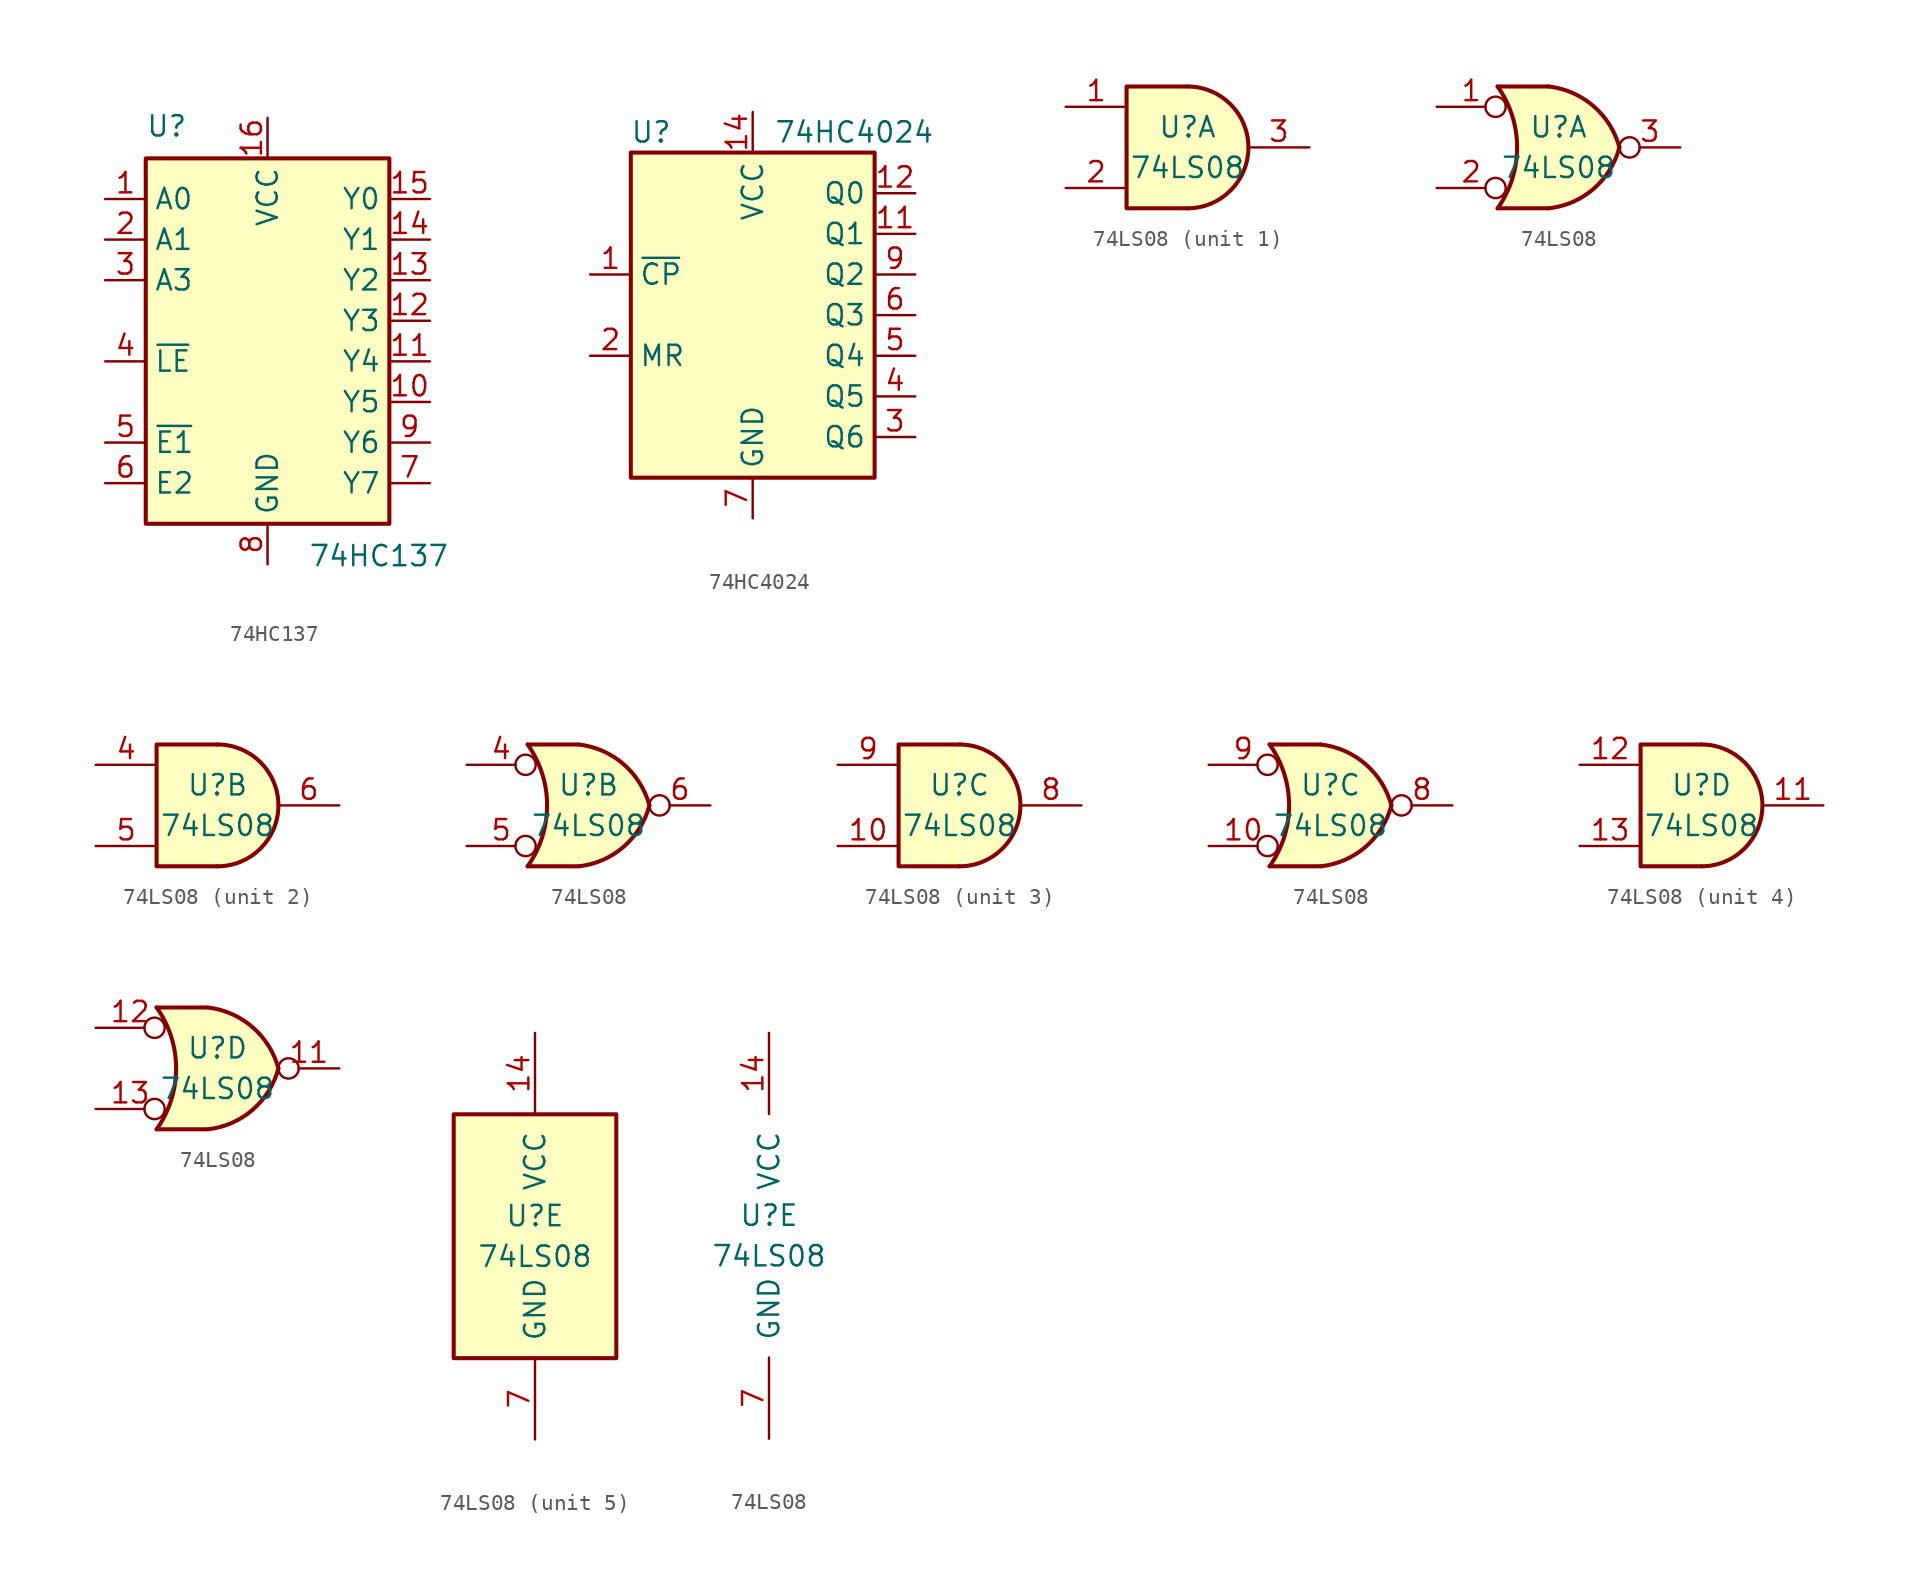
<source format=kicad_sym>
(kicad_symbol_lib
  (version 20201005)
  (generator kicad_symbol_editor)
  (symbol "74HC137"
    (property "Reference" "U"
      (at -7.62 13.97 0)
      (effects (font (size 1.27 1.27)) (justify left bottom)))
    (property "Value" "74HC137"
      (at 2.54 -11.43 0)
      (effects (font (size 1.27 1.27)) (justify left top)))
    (symbol "74HC137_0_1"
      (rectangle (start -7.62 12.7) (end 7.62 -10.16) (stroke (width 0.254)) (fill (type background))))
    (symbol "74HC137_1_1"
      (pin input line (at -10.16 10.16 0) (length 2.54) (name "A0" (effects (font (size 1.27 1.27)))) (number "1" (effects (font (size 1.27 1.27)))))
      (pin output line (at 10.16 -2.54 180) (length 2.54) (name "Y5" (effects (font (size 1.27 1.27)))) (number "10" (effects (font (size 1.27 1.27)))))
      (pin output line (at 10.16 0 180) (length 2.54) (name "Y4" (effects (font (size 1.27 1.27)))) (number "11" (effects (font (size 1.27 1.27)))))
      (pin output line (at 10.16 2.54 180) (length 2.54) (name "Y3" (effects (font (size 1.27 1.27)))) (number "12" (effects (font (size 1.27 1.27)))))
      (pin output line (at 10.16 5.08 180) (length 2.54) (name "Y2" (effects (font (size 1.27 1.27)))) (number "13" (effects (font (size 1.27 1.27)))))
      (pin output line (at 10.16 7.62 180) (length 2.54) (name "Y1" (effects (font (size 1.27 1.27)))) (number "14" (effects (font (size 1.27 1.27)))))
      (pin output line (at 10.16 10.16 180) (length 2.54) (name "Y0" (effects (font (size 1.27 1.27)))) (number "15" (effects (font (size 1.27 1.27)))))
      (pin power_in line (at 0 15.24 270) (length 2.54) (name "VCC" (effects (font (size 1.27 1.27)))) (number "16" (effects (font (size 1.27 1.27)))))
      (pin input line (at -10.16 7.62 0) (length 2.54) (name "A1" (effects (font (size 1.27 1.27)))) (number "2" (effects (font (size 1.27 1.27)))))
      (pin input line (at -10.16 5.08 0) (length 2.54) (name "A3" (effects (font (size 1.27 1.27)))) (number "3" (effects (font (size 1.27 1.27)))))
      (pin input line (at -10.16 0 0) (length 2.54) (name "~LE" (effects (font (size 1.27 1.27)))) (number "4" (effects (font (size 1.27 1.27)))))
      (pin input line (at -10.16 -5.08 0) (length 2.54) (name "~E1" (effects (font (size 1.27 1.27)))) (number "5" (effects (font (size 1.27 1.27)))))
      (pin input line (at -10.16 -7.62 0) (length 2.54) (name "E2" (effects (font (size 1.27 1.27)))) (number "6" (effects (font (size 1.27 1.27)))))
      (pin output line (at 10.16 -7.62 180) (length 2.54) (name "Y7" (effects (font (size 1.27 1.27)))) (number "7" (effects (font (size 1.27 1.27)))))
      (pin power_in line (at 0 -12.7 90) (length 2.54) (name "GND" (effects (font (size 1.27 1.27)))) (number "8" (effects (font (size 1.27 1.27)))))
      (pin output line (at 10.16 -5.08 180) (length 2.54) (name "Y6" (effects (font (size 1.27 1.27)))) (number "9" (effects (font (size 1.27 1.27)))))))
  (symbol "74HC4024"
    (property "Reference" "U"
      (at -6.35 11.43 0)
      (effects (font (size 1.27 1.27))))
    (property "Value" "74HC4024"
      (at 6.35 11.43 0)
      (effects (font (size 1.27 1.27))))
    (symbol "74HC4024_0_1"
      (rectangle (start -7.62 10.16) (end 7.62 -10.16) (stroke (width 0.254)) (fill (type background))))
    (symbol "74HC4024_1_0"
      (pin input line (at -10.16 2.54 0) (length 2.54) (name "~CP" (effects (font (size 1.27 1.27)))) (number "1" (effects (font (size 1.27 1.27)))))
      (pin no_connect line (at -7.62 5.08 0) (length 2.54) hide (name "~" (effects (font (size 1.27 1.27)))) (number "10" (effects (font (size 1.27 1.27)))))
      (pin output line (at 10.16 5.08 180) (length 2.54) (name "Q1" (effects (font (size 1.27 1.27)))) (number "11" (effects (font (size 1.27 1.27)))))
      (pin output line (at 10.16 7.62 180) (length 2.54) (name "Q0" (effects (font (size 1.27 1.27)))) (number "12" (effects (font (size 1.27 1.27)))))
      (pin no_connect line (at -7.62 -5.08 0) (length 2.54) hide (name "~" (effects (font (size 1.27 1.27)))) (number "13" (effects (font (size 1.27 1.27)))))
      (pin power_in line (at 0 12.7 270) (length 2.54) (name "VCC" (effects (font (size 1.27 1.27)))) (number "14" (effects (font (size 1.27 1.27)))))
      (pin input line (at -10.16 -2.54 0) (length 2.54) (name "MR" (effects (font (size 1.27 1.27)))) (number "2" (effects (font (size 1.27 1.27)))))
      (pin output line (at 10.16 -7.62 180) (length 2.54) (name "Q6" (effects (font (size 1.27 1.27)))) (number "3" (effects (font (size 1.27 1.27)))))
      (pin output line (at 10.16 -5.08 180) (length 2.54) (name "Q5" (effects (font (size 1.27 1.27)))) (number "4" (effects (font (size 1.27 1.27)))))
      (pin output line (at 10.16 -2.54 180) (length 2.54) (name "Q4" (effects (font (size 1.27 1.27)))) (number "5" (effects (font (size 1.27 1.27)))))
      (pin output line (at 10.16 0 180) (length 2.54) (name "Q3" (effects (font (size 1.27 1.27)))) (number "6" (effects (font (size 1.27 1.27)))))
      (pin power_in line (at 0 -12.7 90) (length 2.54) (name "GND" (effects (font (size 1.27 1.27)))) (number "7" (effects (font (size 1.27 1.27)))))
      (pin no_connect line (at -7.62 7.62 0) (length 2.54) hide (name "~" (effects (font (size 1.27 1.27)))) (number "8" (effects (font (size 1.27 1.27)))))
      (pin output line (at 10.16 2.54 180) (length 2.54) (name "Q2" (effects (font (size 1.27 1.27)))) (number "9" (effects (font (size 1.27 1.27)))))))
  (symbol "74LS08"
    (pin_names
      (offset 1.016))
    (property "Reference" "U"
      (at 0 1.27 0)
      (effects (font (size 1.27 1.27))))
    (property "Value" "74LS08"
      (at 0 -1.27 0)
      (effects (font (size 1.27 1.27))))
    (property "ki_locked" ""
      (at 0 0 0)
      (effects (font (size 1.27 1.27))))
    (symbol "74LS08_1_1"
      (arc (start 0 -3.81) (end 0 3.81) (radius (at 0 0) (length 3.81) (angles -89.9 89.9)) (stroke (width 0.254)) (fill (type background)))
      (polyline (pts (xy 0 3.81) (xy -3.81 3.81) (xy -3.81 -3.81) (xy 0 -3.81)) (stroke (width 0.254)) (fill (type background)))
      (pin input line (at -7.62 2.54 0) (length 3.81) (name "~" (effects (font (size 1.27 1.27)))) (number "1" (effects (font (size 1.27 1.27)))))
      (pin input line (at -7.62 -2.54 0) (length 3.81) (name "~" (effects (font (size 1.27 1.27)))) (number "2" (effects (font (size 1.27 1.27)))))
      (pin output line (at 7.62 0 180) (length 3.81) (name "~" (effects (font (size 1.27 1.27)))) (number "3" (effects (font (size 1.27 1.27))))))
    (symbol "74LS08_1_2"
      (arc (start -3.81 3.81) (end -3.81 -3.81) (radius (at -9.144 0) (length 6.5532) (angles 35.4 -35.4)) (stroke (width 0.254)) (fill (type none)))
      (arc (start 3.81 0) (end -0.6096 3.81) (radius (at -1.1938 -1.3208) (length 5.1816) (angles 15 83.7)) (stroke (width 0.254)) (fill (type background)))
      (arc (start 3.81 0) (end -0.6096 -3.81) (radius (at -1.1938 1.3208) (length 5.1816) (angles -15 -83.7)) (stroke (width 0.254)) (fill (type background)))
      (polyline (pts (xy -3.81 -3.81) (xy -0.635 -3.81)) (stroke (width 0.254)) (fill (type background)))
      (polyline (pts (xy -3.81 3.81) (xy -0.635 3.81)) (stroke (width 0.254)) (fill (type background)))
      (polyline (pts (xy -0.635 3.81) (xy -3.81 3.81) (xy -3.81 3.81) (xy -3.556 3.404) (xy -3.023 2.261) (xy -2.692 1.041) (xy -2.616 -0.254) (xy -2.769 -1.499) (xy -3.175 -2.718) (xy -3.81 -3.81) (xy -3.81 -3.81) (xy -0.635 -3.81)) (stroke (width -25.4)) (fill (type background)))
      (pin input inverted (at -7.62 2.54 0) (length 4.318) (name "~" (effects (font (size 1.27 1.27)))) (number "1" (effects (font (size 1.27 1.27)))))
      (pin input inverted (at -7.62 -2.54 0) (length 4.318) (name "~" (effects (font (size 1.27 1.27)))) (number "2" (effects (font (size 1.27 1.27)))))
      (pin output inverted (at 7.62 0 180) (length 3.81) (name "~" (effects (font (size 1.27 1.27)))) (number "3" (effects (font (size 1.27 1.27))))))
    (symbol "74LS08_2_1"
      (arc (start 0 -3.81) (end 0 3.81) (radius (at 0 0) (length 3.81) (angles -89.9 89.9)) (stroke (width 0.254)) (fill (type background)))
      (polyline (pts (xy 0 3.81) (xy -3.81 3.81) (xy -3.81 -3.81) (xy 0 -3.81)) (stroke (width 0.254)) (fill (type background)))
      (pin input line (at -7.62 2.54 0) (length 3.81) (name "~" (effects (font (size 1.27 1.27)))) (number "4" (effects (font (size 1.27 1.27)))))
      (pin input line (at -7.62 -2.54 0) (length 3.81) (name "~" (effects (font (size 1.27 1.27)))) (number "5" (effects (font (size 1.27 1.27)))))
      (pin output line (at 7.62 0 180) (length 3.81) (name "~" (effects (font (size 1.27 1.27)))) (number "6" (effects (font (size 1.27 1.27))))))
    (symbol "74LS08_2_2"
      (arc (start -3.81 3.81) (end -3.81 -3.81) (radius (at -9.144 0) (length 6.5532) (angles 35.4 -35.4)) (stroke (width 0.254)) (fill (type none)))
      (arc (start 3.81 0) (end -0.6096 3.81) (radius (at -1.1938 -1.3208) (length 5.1816) (angles 15 83.7)) (stroke (width 0.254)) (fill (type background)))
      (arc (start 3.81 0) (end -0.6096 -3.81) (radius (at -1.1938 1.3208) (length 5.1816) (angles -15 -83.7)) (stroke (width 0.254)) (fill (type background)))
      (polyline (pts (xy -3.81 -3.81) (xy -0.635 -3.81)) (stroke (width 0.254)) (fill (type background)))
      (polyline (pts (xy -3.81 3.81) (xy -0.635 3.81)) (stroke (width 0.254)) (fill (type background)))
      (polyline (pts (xy -0.635 3.81) (xy -3.81 3.81) (xy -3.81 3.81) (xy -3.556 3.404) (xy -3.023 2.261) (xy -2.692 1.041) (xy -2.616 -0.254) (xy -2.769 -1.499) (xy -3.175 -2.718) (xy -3.81 -3.81) (xy -3.81 -3.81) (xy -0.635 -3.81)) (stroke (width -25.4)) (fill (type background)))
      (pin input inverted (at -7.62 2.54 0) (length 4.318) (name "~" (effects (font (size 1.27 1.27)))) (number "4" (effects (font (size 1.27 1.27)))))
      (pin input inverted (at -7.62 -2.54 0) (length 4.318) (name "~" (effects (font (size 1.27 1.27)))) (number "5" (effects (font (size 1.27 1.27)))))
      (pin output inverted (at 7.62 0 180) (length 3.81) (name "~" (effects (font (size 1.27 1.27)))) (number "6" (effects (font (size 1.27 1.27))))))
    (symbol "74LS08_3_1"
      (arc (start 0 -3.81) (end 0 3.81) (radius (at 0 0) (length 3.81) (angles -89.9 89.9)) (stroke (width 0.254)) (fill (type background)))
      (polyline (pts (xy 0 3.81) (xy -3.81 3.81) (xy -3.81 -3.81) (xy 0 -3.81)) (stroke (width 0.254)) (fill (type background)))
      (pin input line (at -7.62 -2.54 0) (length 3.81) (name "~" (effects (font (size 1.27 1.27)))) (number "10" (effects (font (size 1.27 1.27)))))
      (pin output line (at 7.62 0 180) (length 3.81) (name "~" (effects (font (size 1.27 1.27)))) (number "8" (effects (font (size 1.27 1.27)))))
      (pin input line (at -7.62 2.54 0) (length 3.81) (name "~" (effects (font (size 1.27 1.27)))) (number "9" (effects (font (size 1.27 1.27))))))
    (symbol "74LS08_3_2"
      (arc (start -3.81 3.81) (end -3.81 -3.81) (radius (at -9.144 0) (length 6.5532) (angles 35.4 -35.4)) (stroke (width 0.254)) (fill (type none)))
      (arc (start 3.81 0) (end -0.6096 3.81) (radius (at -1.1938 -1.3208) (length 5.1816) (angles 15 83.7)) (stroke (width 0.254)) (fill (type background)))
      (arc (start 3.81 0) (end -0.6096 -3.81) (radius (at -1.1938 1.3208) (length 5.1816) (angles -15 -83.7)) (stroke (width 0.254)) (fill (type background)))
      (polyline (pts (xy -3.81 -3.81) (xy -0.635 -3.81)) (stroke (width 0.254)) (fill (type background)))
      (polyline (pts (xy -3.81 3.81) (xy -0.635 3.81)) (stroke (width 0.254)) (fill (type background)))
      (polyline (pts (xy -0.635 3.81) (xy -3.81 3.81) (xy -3.81 3.81) (xy -3.556 3.404) (xy -3.023 2.261) (xy -2.692 1.041) (xy -2.616 -0.254) (xy -2.769 -1.499) (xy -3.175 -2.718) (xy -3.81 -3.81) (xy -3.81 -3.81) (xy -0.635 -3.81)) (stroke (width -25.4)) (fill (type background)))
      (pin input inverted (at -7.62 -2.54 0) (length 4.318) (name "~" (effects (font (size 1.27 1.27)))) (number "10" (effects (font (size 1.27 1.27)))))
      (pin output inverted (at 7.62 0 180) (length 3.81) (name "~" (effects (font (size 1.27 1.27)))) (number "8" (effects (font (size 1.27 1.27)))))
      (pin input inverted (at -7.62 2.54 0) (length 4.318) (name "~" (effects (font (size 1.27 1.27)))) (number "9" (effects (font (size 1.27 1.27))))))
    (symbol "74LS08_4_1"
      (arc (start 0 -3.81) (end 0 3.81) (radius (at 0 0) (length 3.81) (angles -89.9 89.9)) (stroke (width 0.254)) (fill (type background)))
      (polyline (pts (xy 0 3.81) (xy -3.81 3.81) (xy -3.81 -3.81) (xy 0 -3.81)) (stroke (width 0.254)) (fill (type background)))
      (pin output line (at 7.62 0 180) (length 3.81) (name "~" (effects (font (size 1.27 1.27)))) (number "11" (effects (font (size 1.27 1.27)))))
      (pin input line (at -7.62 2.54 0) (length 3.81) (name "~" (effects (font (size 1.27 1.27)))) (number "12" (effects (font (size 1.27 1.27)))))
      (pin input line (at -7.62 -2.54 0) (length 3.81) (name "~" (effects (font (size 1.27 1.27)))) (number "13" (effects (font (size 1.27 1.27))))))
    (symbol "74LS08_4_2"
      (arc (start -3.81 3.81) (end -3.81 -3.81) (radius (at -9.144 0) (length 6.5532) (angles 35.4 -35.4)) (stroke (width 0.254)) (fill (type none)))
      (arc (start 3.81 0) (end -0.6096 3.81) (radius (at -1.1938 -1.3208) (length 5.1816) (angles 15 83.7)) (stroke (width 0.254)) (fill (type background)))
      (arc (start 3.81 0) (end -0.6096 -3.81) (radius (at -1.1938 1.3208) (length 5.1816) (angles -15 -83.7)) (stroke (width 0.254)) (fill (type background)))
      (polyline (pts (xy -3.81 -3.81) (xy -0.635 -3.81)) (stroke (width 0.254)) (fill (type background)))
      (polyline (pts (xy -3.81 3.81) (xy -0.635 3.81)) (stroke (width 0.254)) (fill (type background)))
      (polyline (pts (xy -0.635 3.81) (xy -3.81 3.81) (xy -3.81 3.81) (xy -3.556 3.404) (xy -3.023 2.261) (xy -2.692 1.041) (xy -2.616 -0.254) (xy -2.769 -1.499) (xy -3.175 -2.718) (xy -3.81 -3.81) (xy -3.81 -3.81) (xy -0.635 -3.81)) (stroke (width -25.4)) (fill (type background)))
      (pin output inverted (at 7.62 0 180) (length 3.81) (name "~" (effects (font (size 1.27 1.27)))) (number "11" (effects (font (size 1.27 1.27)))))
      (pin input inverted (at -7.62 2.54 0) (length 4.318) (name "~" (effects (font (size 1.27 1.27)))) (number "12" (effects (font (size 1.27 1.27)))))
      (pin input inverted (at -7.62 -2.54 0) (length 4.318) (name "~" (effects (font (size 1.27 1.27)))) (number "13" (effects (font (size 1.27 1.27))))))
    (symbol "74LS08_5_0"
      (pin power_in line (at 0 12.7 270) (length 5.08) (name "VCC" (effects (font (size 1.27 1.27)))) (number "14" (effects (font (size 1.27 1.27)))))
      (pin power_in line (at 0 -12.7 90) (length 5.08) (name "GND" (effects (font (size 1.27 1.27)))) (number "7" (effects (font (size 1.27 1.27))))))
    (symbol "74LS08_5_1"
      (rectangle (start -5.08 7.62) (end 5.08 -7.62) (stroke (width 0.254)) (fill (type background))))))
</source>
